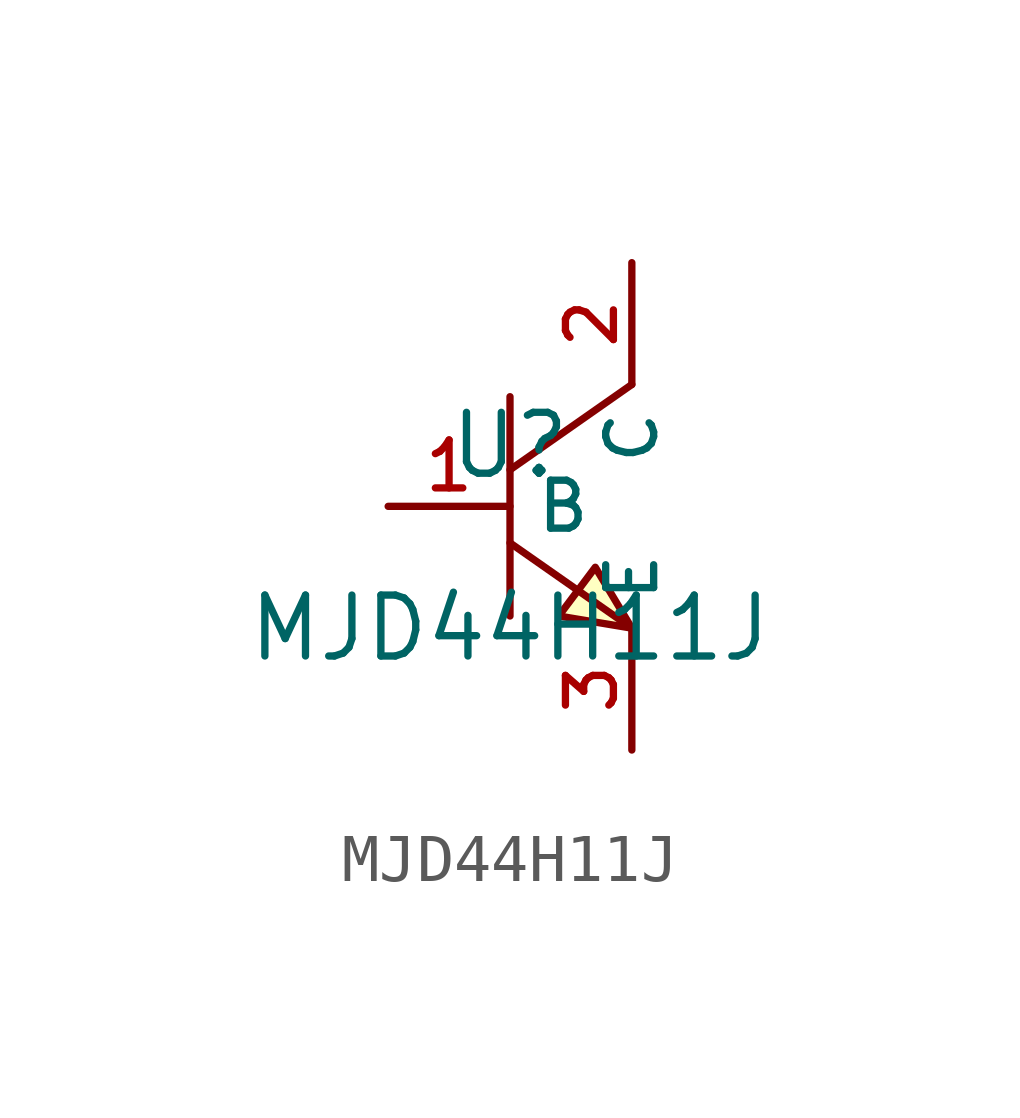
<source format=kicad_sym>
(kicad_symbol_lib
  (version 20210201)
  (generator TousstNicolas/JLC2KiCad_lib)
  (symbol "MJD44H11J"
    (property "Reference" "U"
      (at 0 1.27 0)
      (effects (font (size 1.27 1.27))))
    (property "Value" "MJD44H11J"
      (at 0 -2.54 0)
      (effects (font (size 1.27 1.27))))
    (symbol "MJD44H11J_0_1"
      (pin unspecified line (at 2.54 5.08 270) (length 2.54) (name "C" (effects (font (size 1 1)))) (number "2" (effects (font (size 1 1)))))
      (pin unspecified line (at -2.54 -0.0 0) (length 2.54) (name "B" (effects (font (size 1 1)))) (number "1" (effects (font (size 1 1)))))
      (pin unspecified line (at 2.54 -5.08 90) (length 2.54) (name "E" (effects (font (size 1 1)))) (number "3" (effects (font (size 1 1)))))
      (polyline (pts (xy 2.54 2.54) (xy 0.0 0.762)) (stroke (width 0) (type default) (color 0 0 0 0)) (fill (type none)))
      (polyline (pts (xy 0.0 -0.762) (xy 2.54 -2.54)) (stroke (width 0) (type default) (color 0 0 0 0)) (fill (type none)))
      (polyline (pts (xy 0.0 2.286) (xy 0.0 -2.286)) (stroke (width 0) (type default) (color 0 0 0 0)) (fill (type none)))
      (polyline (pts (xy 2.54 -2.54) (xy 1.778 -1.27) (xy 1.016 -2.286) (xy 2.54 -2.54)) (stroke (width 0) (type default) (color 0 0 0 0)) (fill (type background))))))
</source>
